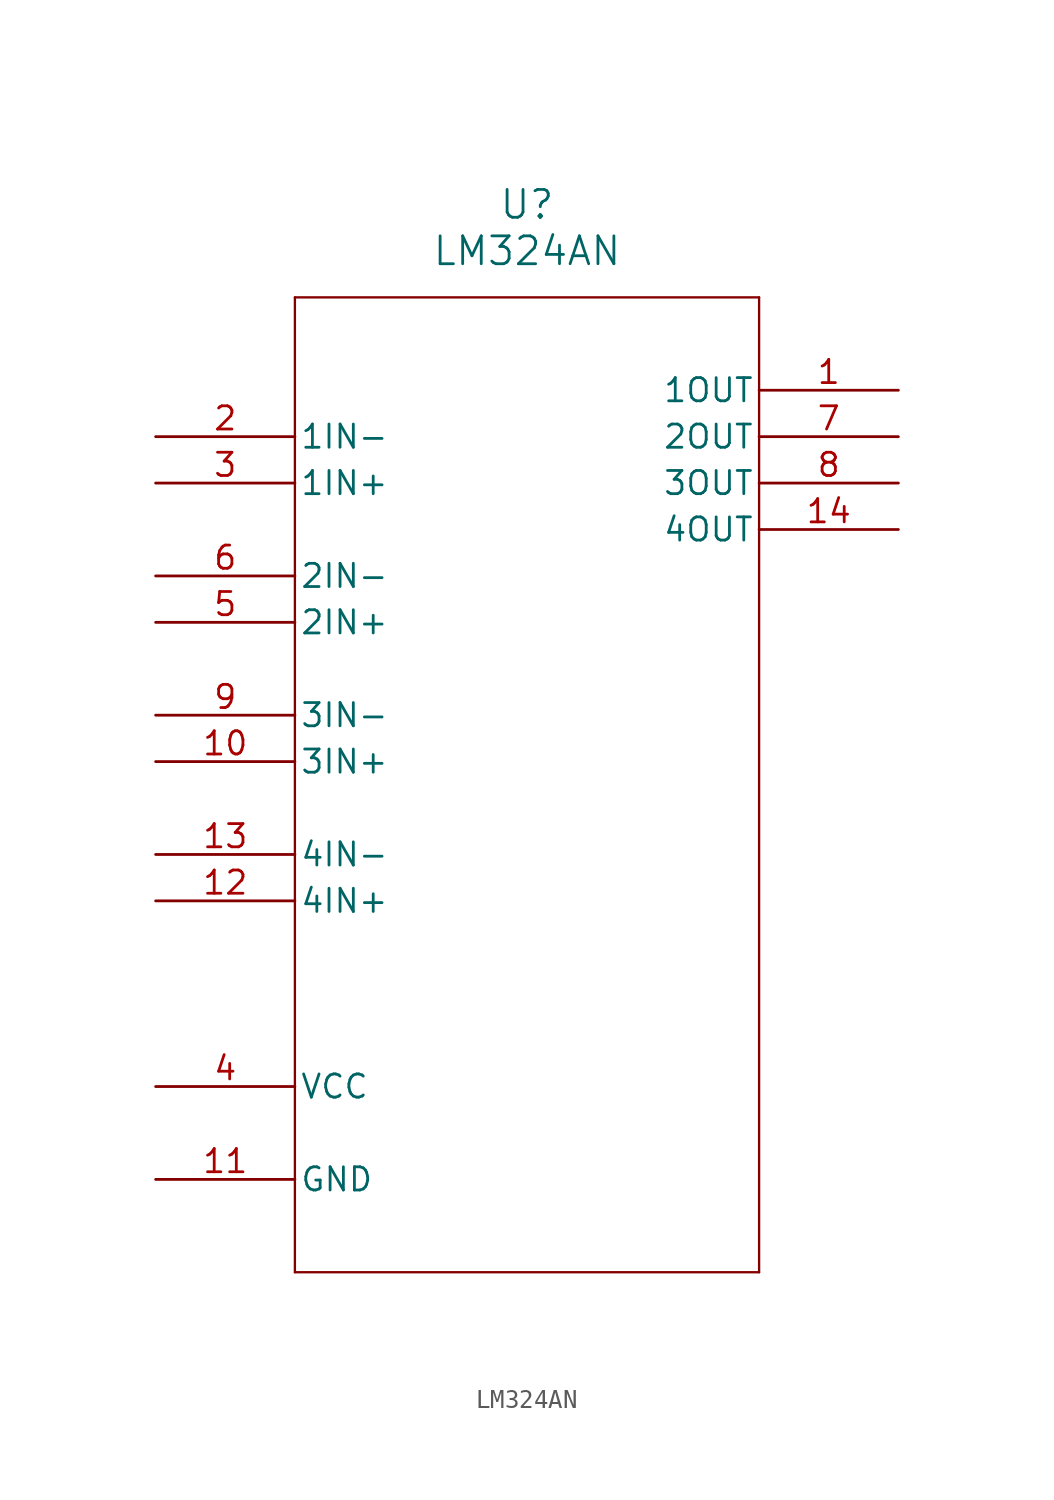
<source format=kicad_sym>
(kicad_symbol_lib
  (version 20211014)
  (generator kicad_symbol_editor)
  (symbol "LM324AN"
    (pin_names
      (offset 0.254))
    (property "Reference" "U"
      (at 20.32 12.7 0)
      (effects (font (size 1.524 1.524))))
    (property "Value" "LM324AN"
      (at 20.32 10.16 0)
      (effects (font (size 1.524 1.524))))
    (symbol "LM324AN_0_1"
      (polyline (pts (xy 7.62 7.62) (xy 7.62 -45.72)) (stroke (width 0.127) (type default) (color 0 0 0 0)) (fill (type none)))
      (polyline (pts (xy 7.62 -45.72) (xy 33.02 -45.72)) (stroke (width 0.127) (type default) (color 0 0 0 0)) (fill (type none)))
      (polyline (pts (xy 33.02 -45.72) (xy 33.02 7.62)) (stroke (width 0.127) (type default) (color 0 0 0 0)) (fill (type none)))
      (polyline (pts (xy 33.02 7.62) (xy 7.62 7.62)) (stroke (width 0.127) (type default) (color 0 0 0 0)) (fill (type none)))
      (pin output line (at 40.64 2.54 180) (length 7.62) (name "1OUT" (effects (font (size 1.27 1.27)))) (number "1" (effects (font (size 1.27 1.27)))))
      (pin input line (at 0 0 0) (length 7.62) (name "1IN-" (effects (font (size 1.27 1.27)))) (number "2" (effects (font (size 1.27 1.27)))))
      (pin input line (at 0 -2.54 0) (length 7.62) (name "1IN+" (effects (font (size 1.27 1.27)))) (number "3" (effects (font (size 1.27 1.27)))))
      (pin power_in line (at 0 -35.56 0) (length 7.62) (name "VCC" (effects (font (size 1.27 1.27)))) (number "4" (effects (font (size 1.27 1.27)))))
      (pin input line (at 0 -10.16 0) (length 7.62) (name "2IN+" (effects (font (size 1.27 1.27)))) (number "5" (effects (font (size 1.27 1.27)))))
      (pin input line (at 0 -7.62 0) (length 7.62) (name "2IN-" (effects (font (size 1.27 1.27)))) (number "6" (effects (font (size 1.27 1.27)))))
      (pin output line (at 40.64 0 180) (length 7.62) (name "2OUT" (effects (font (size 1.27 1.27)))) (number "7" (effects (font (size 1.27 1.27)))))
      (pin output line (at 40.64 -2.54 180) (length 7.62) (name "3OUT" (effects (font (size 1.27 1.27)))) (number "8" (effects (font (size 1.27 1.27)))))
      (pin input line (at 0 -15.24 0) (length 7.62) (name "3IN-" (effects (font (size 1.27 1.27)))) (number "9" (effects (font (size 1.27 1.27)))))
      (pin input line (at 0 -17.78 0) (length 7.62) (name "3IN+" (effects (font (size 1.27 1.27)))) (number "10" (effects (font (size 1.27 1.27)))))
      (pin power_in line (at 0 -40.64 0) (length 7.62) (name "GND" (effects (font (size 1.27 1.27)))) (number "11" (effects (font (size 1.27 1.27)))))
      (pin input line (at 0 -25.4 0) (length 7.62) (name "4IN+" (effects (font (size 1.27 1.27)))) (number "12" (effects (font (size 1.27 1.27)))))
      (pin input line (at 0 -22.86 0) (length 7.62) (name "4IN-" (effects (font (size 1.27 1.27)))) (number "13" (effects (font (size 1.27 1.27)))))
      (pin output line (at 40.64 -5.08 180) (length 7.62) (name "4OUT" (effects (font (size 1.27 1.27)))) (number "14" (effects (font (size 1.27 1.27))))))))
</source>
